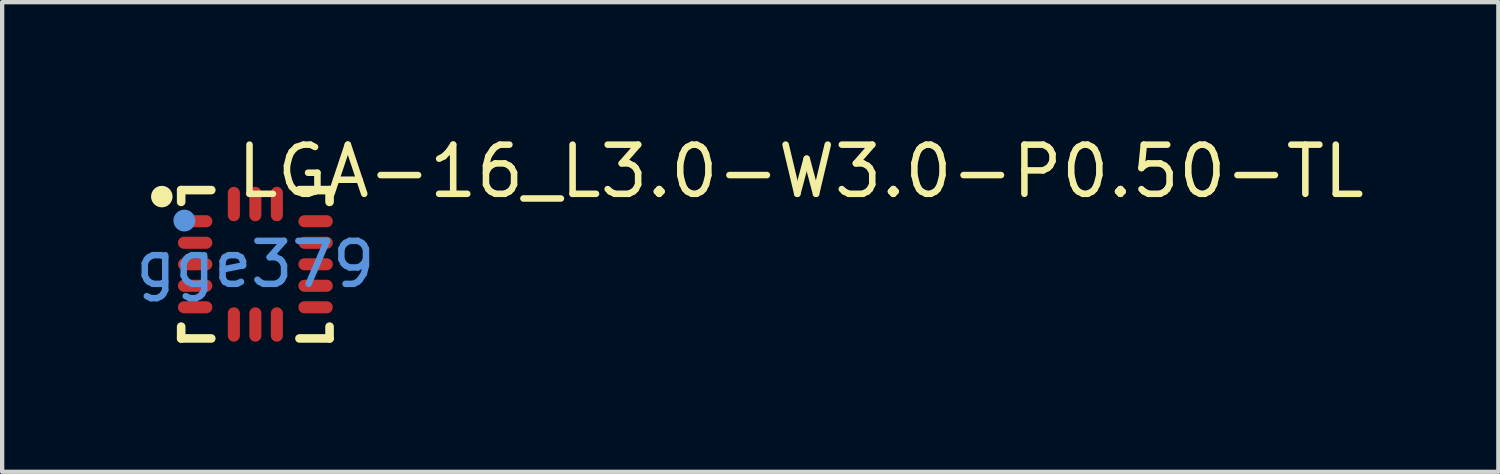
<source format=kicad_pcb>
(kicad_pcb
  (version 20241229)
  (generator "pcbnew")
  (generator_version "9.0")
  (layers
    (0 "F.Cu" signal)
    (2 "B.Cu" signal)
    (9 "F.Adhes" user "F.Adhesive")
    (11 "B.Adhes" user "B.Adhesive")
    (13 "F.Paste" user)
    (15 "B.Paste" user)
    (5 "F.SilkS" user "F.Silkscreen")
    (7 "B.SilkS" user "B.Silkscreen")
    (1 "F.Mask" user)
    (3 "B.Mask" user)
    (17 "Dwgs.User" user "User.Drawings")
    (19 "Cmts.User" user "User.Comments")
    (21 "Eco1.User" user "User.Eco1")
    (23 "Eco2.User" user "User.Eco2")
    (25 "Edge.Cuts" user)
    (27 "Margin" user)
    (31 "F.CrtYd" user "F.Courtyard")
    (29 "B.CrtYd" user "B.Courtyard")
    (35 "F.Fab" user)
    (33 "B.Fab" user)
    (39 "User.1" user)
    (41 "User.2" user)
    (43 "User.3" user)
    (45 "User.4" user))
  (footprint "LGA-16_L3.0-W3.0-P0.50-TL"
    (layer "F.Cu")
    (at 2.887 3.094)
    (property "Reference" "LGA-16_L3.0-W3.0-P0.50-TL" (at -0.508 -2.159 0) (layer "F.SilkS") (effects (font (size 1.143 1.143) (thickness 0.152)) (justify left)))
    (attr smd)
    (fp_line (start -1.725 -1.725) (end -1.025 -1.725) (stroke (width 0.2) (type solid)) (layer "F.SilkS"))
    (fp_line (start -1.725 -1.45) (end -1.725 -1.725) (stroke (width 0.2) (type solid)) (layer "F.SilkS"))
    (fp_line (start -1.725 1.45) (end -1.725 1.725) (stroke (width 0.2) (type solid)) (layer "F.SilkS"))
    (fp_line (start -1.725 1.725) (end -1.025 1.725) (stroke (width 0.2) (type solid)) (layer "F.SilkS"))
    (fp_line (start 1.025 -1.725) (end 1.725 -1.725) (stroke (width 0.2) (type solid)) (layer "F.SilkS"))
    (fp_line (start 1.025 1.725) (end 1.725 1.725) (stroke (width 0.2) (type solid)) (layer "F.SilkS"))
    (fp_line (start 1.725 -1.725) (end 1.725 -1.45) (stroke (width 0.2) (type solid)) (layer "F.SilkS"))
    (fp_line (start 1.725 1.725) (end 1.725 1.45) (stroke (width 0.2) (type solid)) (layer "F.SilkS"))
    (fp_arc (start -2.05 -1.572) (mid -2.300014 -1.57473) (end -2.049985 -1.57454) (stroke (width 0.25) (type solid)) (layer "F.SilkS"))
    (fp_circle (center -1.651 -1.016) (end -1.524 -1.016) (stroke (width 0.254) (type solid)) (fill no) (layer "Cmts.User"))
    (fp_text user "gge379" (at 0 0 0) (layer "Cmts.User") (effects (font (size 1 1) (thickness 0.15))))
    (pad "1" smd oval (at -1.4 -1) (size 0.8 0.28) (layers "F.Cu" "F.Mask" "F.Paste"))
    (pad "2" smd oval (at -1.4 -0.5) (size 0.8 0.28) (layers "F.Cu" "F.Mask" "F.Paste"))
    (pad "3" smd oval (at -1.4 0) (size 0.8 0.28) (layers "F.Cu" "F.Mask" "F.Paste"))
    (pad "4" smd oval (at -1.4 0.5) (size 0.8 0.28) (layers "F.Cu" "F.Mask" "F.Paste"))
    (pad "5" smd oval (at -1.4 1) (size 0.8 0.28) (layers "F.Cu" "F.Mask" "F.Paste"))
    (pad "6" smd oval (at -0.5 1.4) (size 0.28 0.8) (layers "F.Cu" "F.Mask" "F.Paste"))
    (pad "7" smd oval (at 0 1.4) (size 0.28 0.8) (layers "F.Cu" "F.Mask" "F.Paste"))
    (pad "8" smd oval (at 0.5 1.4) (size 0.28 0.8) (layers "F.Cu" "F.Mask" "F.Paste"))
    (pad "9" smd oval (at 1.4 1) (size 0.8 0.28) (layers "F.Cu" "F.Mask" "F.Paste"))
    (pad "10" smd oval (at 1.4 0.5) (size 0.8 0.28) (layers "F.Cu" "F.Mask" "F.Paste"))
    (pad "11" smd oval (at 1.4 0) (size 0.8 0.28) (layers "F.Cu" "F.Mask" "F.Paste"))
    (pad "12" smd oval (at 1.4 -0.5) (size 0.8 0.28) (layers "F.Cu" "F.Mask" "F.Paste"))
    (pad "13" smd oval (at 1.4 -1) (size 0.8 0.28) (layers "F.Cu" "F.Mask" "F.Paste"))
    (pad "14" smd oval (at 0.5 -1.4) (size 0.28 0.8) (layers "F.Cu" "F.Mask" "F.Paste"))
    (pad "15" smd oval (at 0 -1.4) (size 0.28 0.8) (layers "F.Cu" "F.Mask" "F.Paste"))
    (pad "16" smd oval (at -0.5 -1.4) (size 0.28 0.8) (layers "F.Cu" "F.Mask" "F.Paste")))
  (gr_rect
    (start -3 -3)
    (end 31.786 7.919)
    (stroke (width 0.1) (type default))
    (fill no)
    (layer "Edge.Cuts")))
</source>
